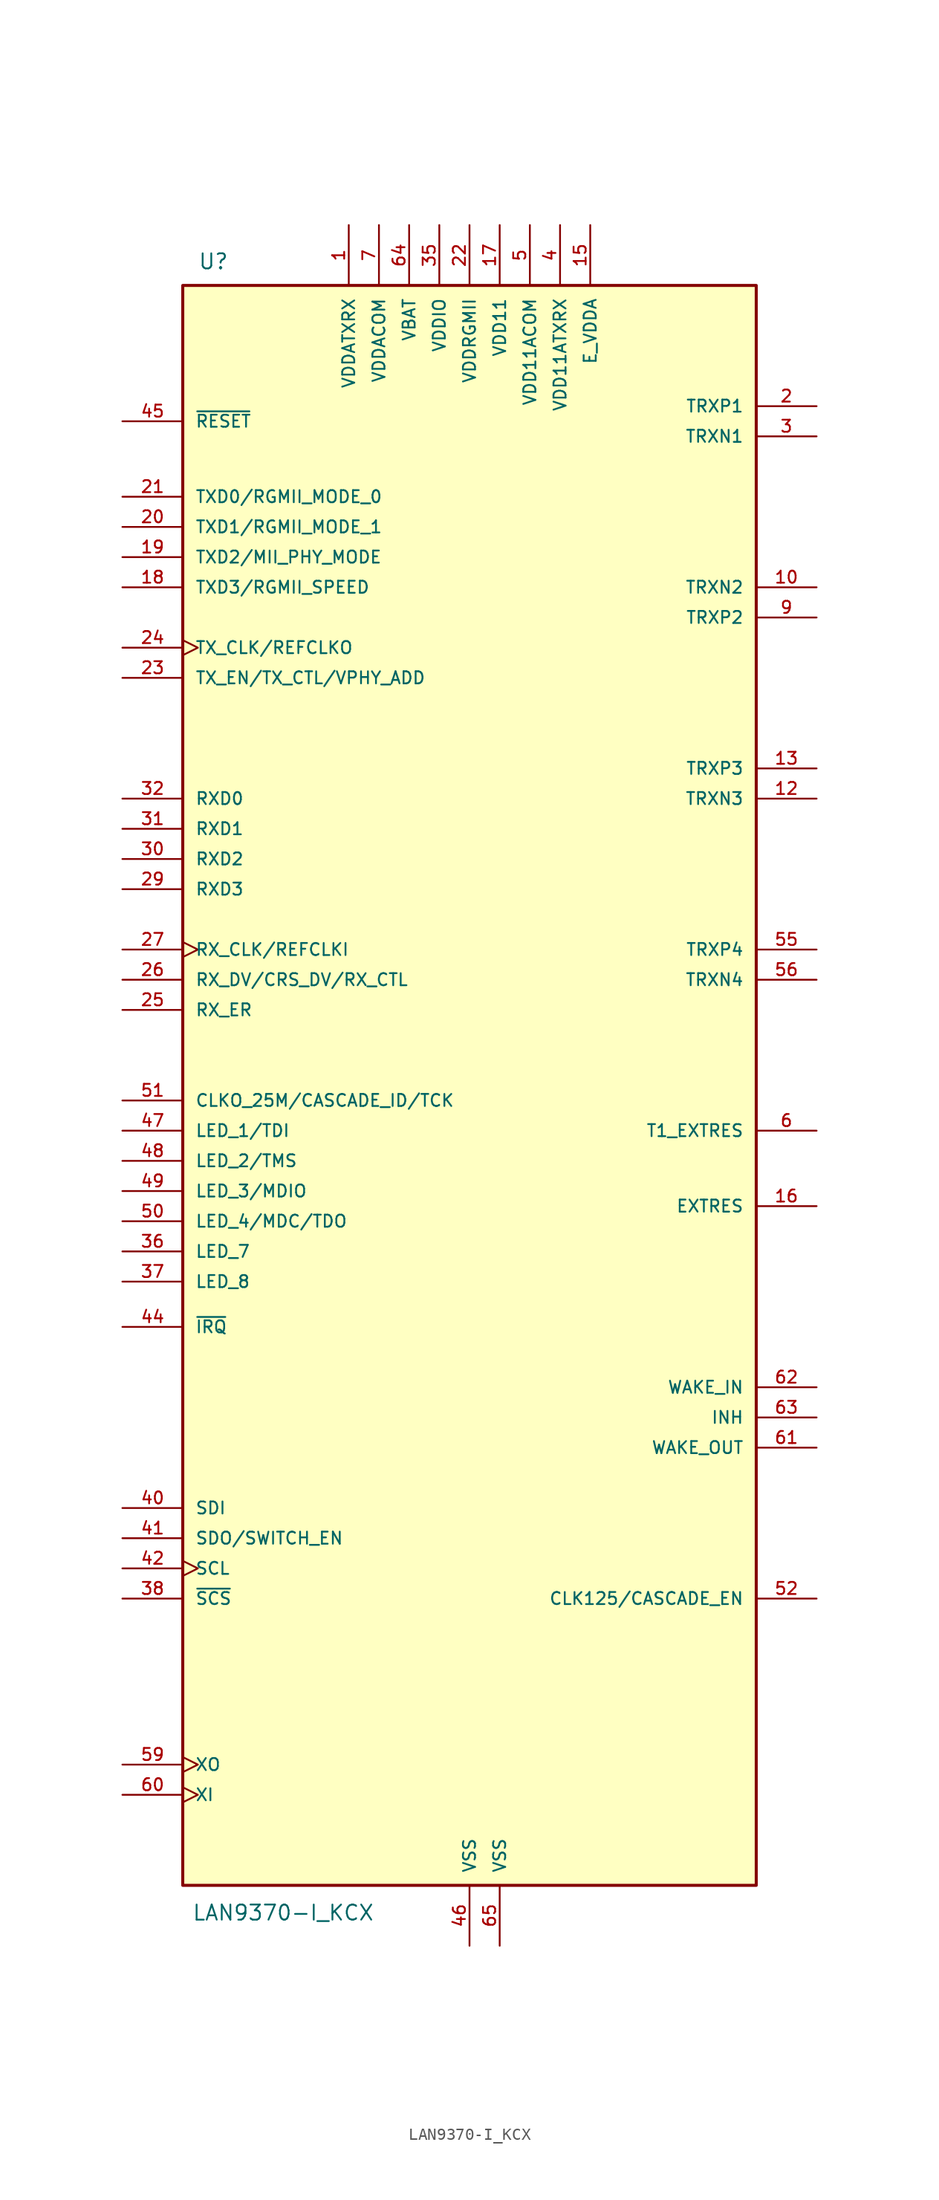
<source format=kicad_sym>
(kicad_symbol_lib
  (version 20241209)
  (generator "kicad_symbol_editor")
  (generator_version "9.0")
  (symbol "LAN9370-I_KCX"
    (pin_names
      (offset 1.016))
    (property "Reference" "U"
      (at -24.13 35.56 0)
      (effects (font (size 1.27 1.27)) (justify left bottom)))
    (property "Value" "LAN9370-I_KCX"
      (at -24.638 -103.378 0)
      (effects (font (size 1.27 1.27)) (justify left bottom)))
    (symbol "LAN9370-I_KCX_0_0"
      (rectangle (start -25.4 34.29) (end 22.86 -100.33) (stroke (width 0.254) (type default)) (fill (type background)))
      (pin input line (at -30.48 22.86 0) (length 5.08) (name "~{RESET}" (effects (font (size 1.016 1.016)))) (number "45" (effects (font (size 1.016 1.016)))))
      (pin output line (at -30.48 16.51 0) (length 5.08) (name "TXD0/RGMII_MODE_0" (effects (font (size 1.016 1.016)))) (number "21" (effects (font (size 1.016 1.016)))))
      (pin output line (at -30.48 13.97 0) (length 5.08) (name "TXD1/RGMII_MODE_1" (effects (font (size 1.016 1.016)))) (number "20" (effects (font (size 1.016 1.016)))))
      (pin output line (at -30.48 11.43 0) (length 5.08) (name "TXD2/MII_PHY_MODE" (effects (font (size 1.016 1.016)))) (number "19" (effects (font (size 1.016 1.016)))))
      (pin output line (at -30.48 8.89 0) (length 5.08) (name "TXD3/RGMII_SPEED" (effects (font (size 1.016 1.016)))) (number "18" (effects (font (size 1.016 1.016)))))
      (pin output clock (at -30.48 3.81 0) (length 5.08) (name "TX_CLK/REFCLKO" (effects (font (size 1.016 1.016)))) (number "24" (effects (font (size 1.016 1.016)))))
      (pin output line (at -30.48 1.27 0) (length 5.08) (name "TX_EN/TX_CTL/VPHY_ADD" (effects (font (size 1.016 1.016)))) (number "23" (effects (font (size 1.016 1.016)))))
      (pin input line (at -30.48 -8.89 0) (length 5.08) (name "RXD0" (effects (font (size 1.016 1.016)))) (number "32" (effects (font (size 1.016 1.016)))))
      (pin input line (at -30.48 -11.43 0) (length 5.08) (name "RXD1" (effects (font (size 1.016 1.016)))) (number "31" (effects (font (size 1.016 1.016)))))
      (pin input line (at -30.48 -13.97 0) (length 5.08) (name "RXD2" (effects (font (size 1.016 1.016)))) (number "30" (effects (font (size 1.016 1.016)))))
      (pin input line (at -30.48 -16.51 0) (length 5.08) (name "RXD3" (effects (font (size 1.016 1.016)))) (number "29" (effects (font (size 1.016 1.016)))))
      (pin bidirectional clock (at -30.48 -21.59 0) (length 5.08) (name "RX_CLK/REFCLKI" (effects (font (size 1.016 1.016)))) (number "27" (effects (font (size 1.016 1.016)))))
      (pin input line (at -30.48 -24.13 0) (length 5.08) (name "RX_DV/CRS_DV/RX_CTL" (effects (font (size 1.016 1.016)))) (number "26" (effects (font (size 1.016 1.016)))))
      (pin input line (at -30.48 -26.67 0) (length 5.08) (name "RX_ER" (effects (font (size 1.016 1.016)))) (number "25" (effects (font (size 1.016 1.016)))))
      (pin bidirectional line (at -30.48 -41.91 0) (length 5.08) (name "LED_3/MDIO" (effects (font (size 1.016 1.016)))) (number "49" (effects (font (size 1.016 1.016)))))
      (pin bidirectional line (at -30.48 -46.99 0) (length 5.08) (name "LED_7" (effects (font (size 1.016 1.016)))) (number "36" (effects (font (size 1.016 1.016)))))
      (pin bidirectional line (at -30.48 -49.53 0) (length 5.08) (name "LED_8" (effects (font (size 1.016 1.016)))) (number "37" (effects (font (size 1.016 1.016)))))
      (pin output line (at -30.48 -53.34 0) (length 5.08) (name "~{IRQ}" (effects (font (size 1.016 1.016)))) (number "44" (effects (font (size 1.016 1.016)))))
      (pin input line (at -30.48 -68.58 0) (length 5.08) (name "SDI" (effects (font (size 1.016 1.016)))) (number "40" (effects (font (size 1.016 1.016)))))
      (pin bidirectional line (at -30.48 -71.12 0) (length 5.08) (name "SDO/SWITCH_EN" (effects (font (size 1.016 1.016)))) (number "41" (effects (font (size 1.016 1.016)))))
      (pin input clock (at -30.48 -73.66 0) (length 5.08) (name "SCL" (effects (font (size 1.016 1.016)))) (number "42" (effects (font (size 1.016 1.016)))))
      (pin input line (at -30.48 -76.2 0) (length 5.08) (name "~{SCS}" (effects (font (size 1.016 1.016)))) (number "38" (effects (font (size 1.016 1.016)))))
      (pin output clock (at -30.48 -90.17 0) (length 5.08) (name "XO" (effects (font (size 1.016 1.016)))) (number "59" (effects (font (size 1.016 1.016)))))
      (pin input clock (at -30.48 -92.71 0) (length 5.08) (name "XI" (effects (font (size 1.016 1.016)))) (number "60" (effects (font (size 1.016 1.016)))))
      (pin power_in line (at -11.43 39.37 270) (length 5.08) (name "VDDATXRX" (effects (font (size 1.016 1.016)))) (number "1" (effects (font (size 1.016 1.016)))))
      (pin power_in line (at -11.43 39.37 270) (length 5.08) (hide yes) (name "VDDATXRX" (effects (font (size 1.016 1.016)))) (number "14" (effects (font (size 1.016 1.016)))))
      (pin power_in line (at -11.43 39.37 270) (length 5.08) (hide yes) (name "VDDATXRX" (effects (font (size 1.016 1.016)))) (number "54" (effects (font (size 1.016 1.016)))))
      (pin power_in line (at -11.43 39.37 270) (length 5.08) (hide yes) (name "VDDATXRX" (effects (font (size 1.016 1.016)))) (number "8" (effects (font (size 1.016 1.016)))))
      (pin power_in line (at -8.89 39.37 270) (length 5.08) (name "VDDACOM" (effects (font (size 1.016 1.016)))) (number "7" (effects (font (size 1.016 1.016)))))
      (pin power_in line (at -6.35 39.37 270) (length 5.08) (name "VBAT" (effects (font (size 1.016 1.016)))) (number "64" (effects (font (size 1.016 1.016)))))
      (pin power_in line (at -3.81 39.37 270) (length 5.08) (name "VDDIO" (effects (font (size 1.016 1.016)))) (number "35" (effects (font (size 1.016 1.016)))))
      (pin power_in line (at -3.81 39.37 270) (length 5.08) (hide yes) (name "VDDIO" (effects (font (size 1.016 1.016)))) (number "43" (effects (font (size 1.016 1.016)))))
      (pin power_in line (at -3.81 39.37 270) (length 5.08) (hide yes) (name "VDDIO" (effects (font (size 1.016 1.016)))) (number "53" (effects (font (size 1.016 1.016)))))
      (pin power_in line (at -1.27 39.37 270) (length 5.08) (name "VDDRGMII" (effects (font (size 1.016 1.016)))) (number "22" (effects (font (size 1.016 1.016)))))
      (pin power_in line (at -1.27 39.37 270) (length 5.08) (hide yes) (name "VDDRGMII" (effects (font (size 1.016 1.016)))) (number "28" (effects (font (size 1.016 1.016)))))
      (pin power_in line (at -1.27 39.37 270) (length 5.08) (hide yes) (name "VDDRGMII" (effects (font (size 1.016 1.016)))) (number "33" (effects (font (size 1.016 1.016)))))
      (pin power_in line (at -1.27 -105.41 90) (length 5.08) (name "VSS" (effects (font (size 1.016 1.016)))) (number "46" (effects (font (size 1.016 1.016)))))
      (pin power_in line (at 1.27 39.37 270) (length 5.08) (name "VDD11" (effects (font (size 1.016 1.016)))) (number "17" (effects (font (size 1.016 1.016)))))
      (pin power_in line (at 1.27 39.37 270) (length 5.08) (hide yes) (name "VDD11" (effects (font (size 1.016 1.016)))) (number "34" (effects (font (size 1.016 1.016)))))
      (pin power_in line (at 1.27 39.37 270) (length 5.08) (hide yes) (name "VDD11" (effects (font (size 1.016 1.016)))) (number "39" (effects (font (size 1.016 1.016)))))
      (pin power_in line (at 1.27 39.37 270) (length 5.08) (hide yes) (name "VDD11" (effects (font (size 1.016 1.016)))) (number "58" (effects (font (size 1.016 1.016)))))
      (pin power_in line (at 1.27 -105.41 90) (length 5.08) (name "VSS" (effects (font (size 1.016 1.016)))) (number "65" (effects (font (size 1.016 1.016)))))
      (pin power_in line (at 3.81 39.37 270) (length 5.08) (name "VDD11ACOM" (effects (font (size 1.016 1.016)))) (number "5" (effects (font (size 1.016 1.016)))))
      (pin power_in line (at 6.35 39.37 270) (length 5.08) (hide yes) (name "VDD11ATXRX" (effects (font (size 1.016 1.016)))) (number "11" (effects (font (size 1.016 1.016)))))
      (pin power_in line (at 6.35 39.37 270) (length 5.08) (name "VDD11ATXRX" (effects (font (size 1.016 1.016)))) (number "4" (effects (font (size 1.016 1.016)))))
      (pin power_in line (at 6.35 39.37 270) (length 5.08) (hide yes) (name "VDD11ATXRX" (effects (font (size 1.016 1.016)))) (number "57" (effects (font (size 1.016 1.016)))))
      (pin power_in line (at 8.89 39.37 270) (length 5.08) (name "E_VDDA" (effects (font (size 1.016 1.016)))) (number "15" (effects (font (size 1.016 1.016)))))
      (pin bidirectional line (at 27.94 24.13 180) (length 5.08) (name "TRXP1" (effects (font (size 1.016 1.016)))) (number "2" (effects (font (size 1.016 1.016)))))
      (pin bidirectional line (at 27.94 21.59 180) (length 5.08) (name "TRXN1" (effects (font (size 1.016 1.016)))) (number "3" (effects (font (size 1.016 1.016)))))
      (pin bidirectional line (at 27.94 8.89 180) (length 5.08) (name "TRXN2" (effects (font (size 1.016 1.016)))) (number "10" (effects (font (size 1.016 1.016)))))
      (pin bidirectional line (at 27.94 6.35 180) (length 5.08) (name "TRXP2" (effects (font (size 1.016 1.016)))) (number "9" (effects (font (size 1.016 1.016)))))
      (pin bidirectional line (at 27.94 -6.35 180) (length 5.08) (name "TRXP3" (effects (font (size 1.016 1.016)))) (number "13" (effects (font (size 1.016 1.016)))))
      (pin bidirectional line (at 27.94 -8.89 180) (length 5.08) (name "TRXN3" (effects (font (size 1.016 1.016)))) (number "12" (effects (font (size 1.016 1.016)))))
      (pin bidirectional line (at 27.94 -21.59 180) (length 5.08) (name "TRXP4" (effects (font (size 1.016 1.016)))) (number "55" (effects (font (size 1.016 1.016)))))
      (pin bidirectional line (at 27.94 -24.13 180) (length 5.08) (name "TRXN4" (effects (font (size 1.016 1.016)))) (number "56" (effects (font (size 1.016 1.016)))))
      (pin passive line (at 27.94 -36.83 180) (length 5.08) (name "T1_EXTRES" (effects (font (size 1.016 1.016)))) (number "6" (effects (font (size 1.016 1.016)))))
      (pin passive line (at 27.94 -43.18 180) (length 5.08) (name "EXTRES" (effects (font (size 1.016 1.016)))) (number "16" (effects (font (size 1.016 1.016)))))
      (pin input line (at 27.94 -58.42 180) (length 5.08) (name "WAKE_IN" (effects (font (size 1.016 1.016)))) (number "62" (effects (font (size 1.016 1.016)))))
      (pin bidirectional line (at 27.94 -60.96 180) (length 5.08) (name "INH" (effects (font (size 1.016 1.016)))) (number "63" (effects (font (size 1.016 1.016)))))
      (pin output line (at 27.94 -63.5 180) (length 5.08) (name "WAKE_OUT" (effects (font (size 1.016 1.016)))) (number "61" (effects (font (size 1.016 1.016)))))
      (pin output line (at 27.94 -76.2 180) (length 5.08) (name "CLK125/CASCADE_EN" (effects (font (size 1.016 1.016)))) (number "52" (effects (font (size 1.016 1.016))))))
    (symbol "LAN9370-I_KCX_1_0"
      (pin output line (at -30.48 -34.29 0) (length 5.08) (name "CLKO_25M/CASCADE_ID/TCK" (effects (font (size 1.016 1.016)))) (number "51" (effects (font (size 1.016 1.016)))))
      (pin bidirectional line (at -30.48 -36.83 0) (length 5.08) (name "LED_1/TDI" (effects (font (size 1.016 1.016)))) (number "47" (effects (font (size 1.016 1.016)))))
      (pin bidirectional line (at -30.48 -39.37 0) (length 5.08) (name "LED_2/TMS" (effects (font (size 1.016 1.016)))) (number "48" (effects (font (size 1.016 1.016)))))
      (pin bidirectional line (at -30.48 -44.45 0) (length 5.08) (name "LED_4/MDC/TDO" (effects (font (size 1.016 1.016)))) (number "50" (effects (font (size 1.016 1.016))))))))
</source>
